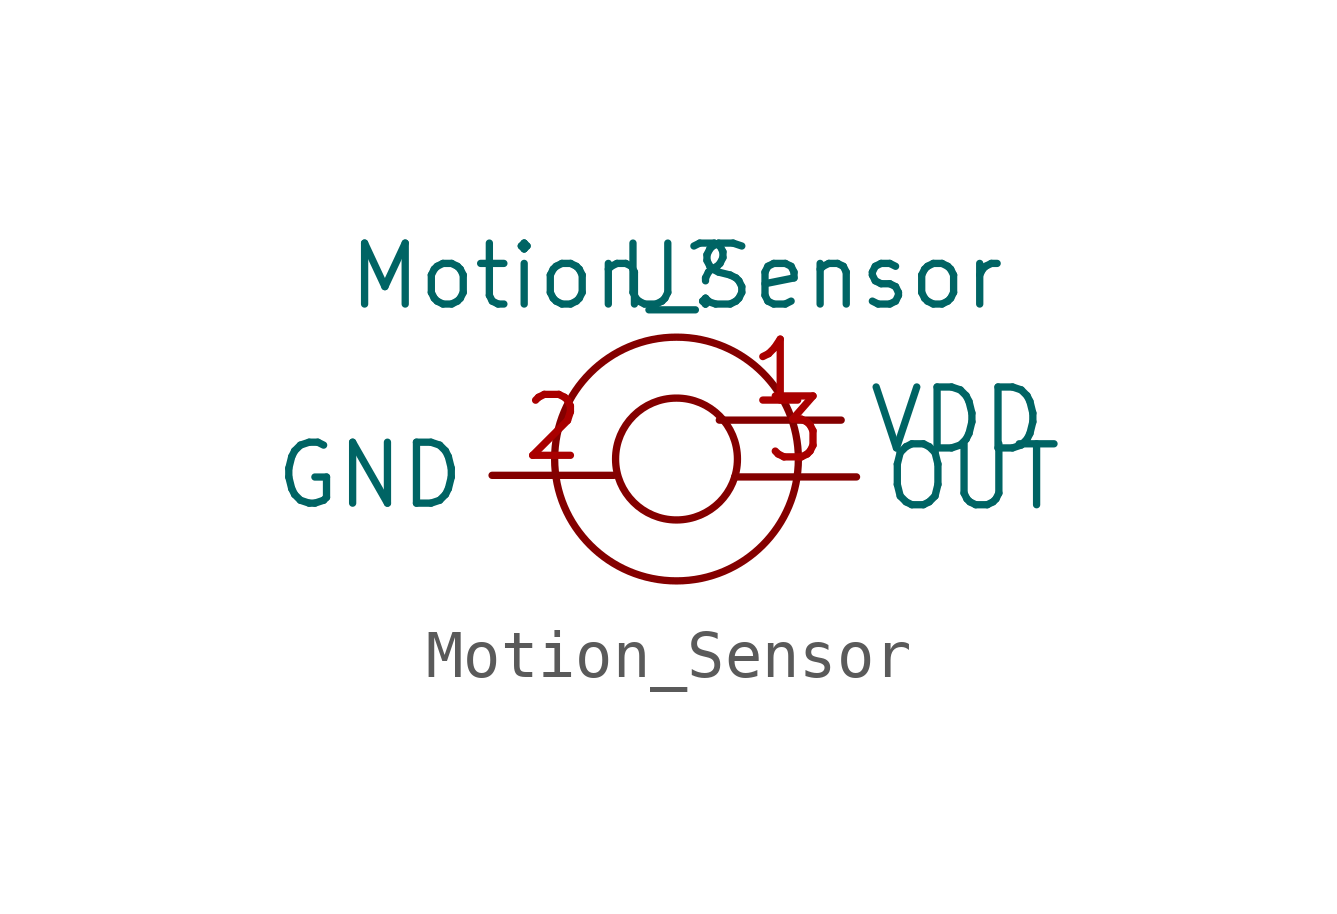
<source format=kicad_sym>
(kicad_symbol_lib
  (version 20211014)
  (generator kicad_symbol_editor)
  (symbol "Motion_Sensor"
    (property "Reference" "U"
      (at 0 0 0)
      (effects (font (size 1.27 1.27))))
    (property "Value" "Motion_Sensor"
      (at 0 0 0)
      (effects (font (size 1.27 1.27))))
    (symbol "Motion_Sensor_0_1"
      (circle (center 0 -3.81) (radius 1.27) (stroke (width 0) (type default) (color 0 0 0 0)) (fill (type none)))
      (circle (center 0 -3.81) (radius 2.54) (stroke (width 0) (type default) (color 0 0 0 0)) (fill (type none))))
    (symbol "Motion_Sensor_1_1"
      (pin input line (at 0.892 -2.999 0) (length 2.54) (name "VDD" (effects (font (size 1.27 1.27)))) (number "1" (effects (font (size 1.27 1.27)))))
      (pin input line (at -1.304 -4.15 180) (length 2.54) (name "GND" (effects (font (size 1.27 1.27)))) (number "2" (effects (font (size 1.27 1.27)))))
      (pin output line (at 1.212 -4.183 0) (length 2.54) (name "OUT" (effects (font (size 1.27 1.27)))) (number "3" (effects (font (size 1.27 1.27))))))))
</source>
